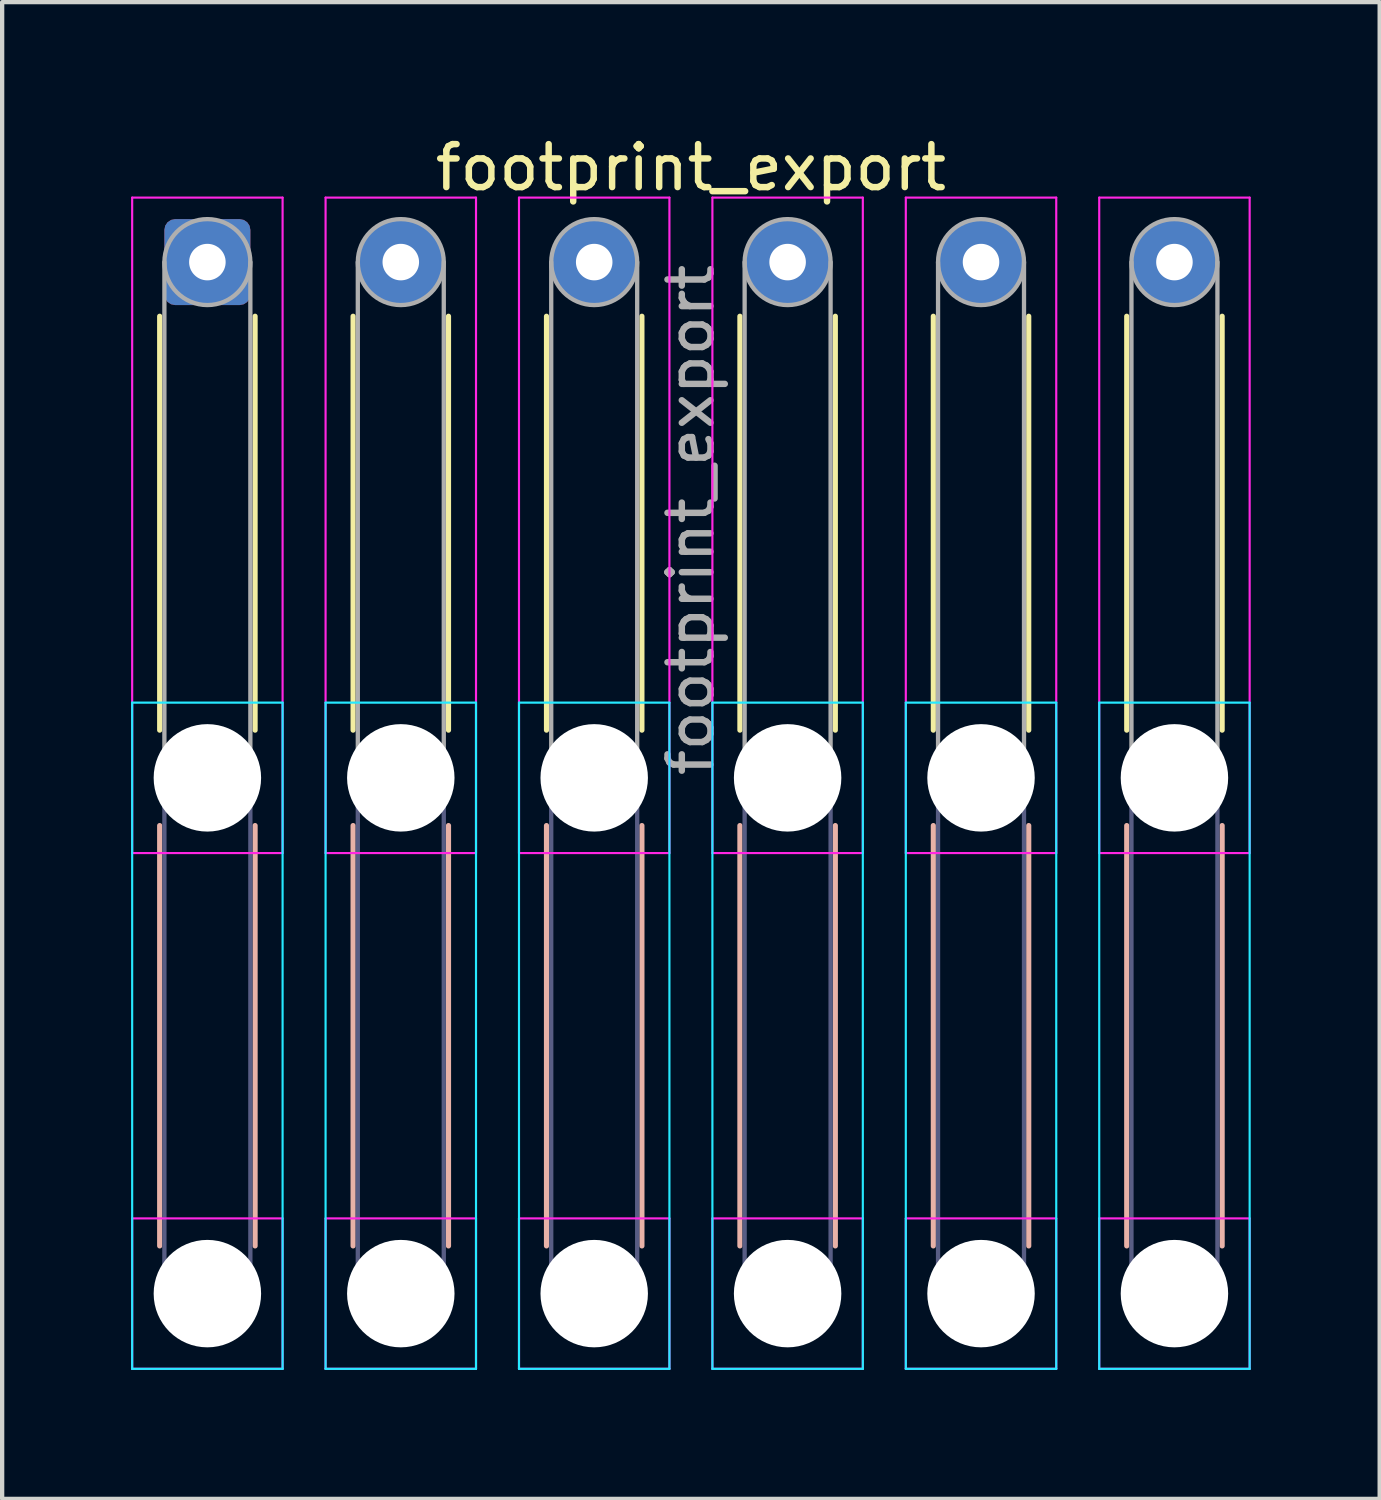
<source format=kicad_pcb>
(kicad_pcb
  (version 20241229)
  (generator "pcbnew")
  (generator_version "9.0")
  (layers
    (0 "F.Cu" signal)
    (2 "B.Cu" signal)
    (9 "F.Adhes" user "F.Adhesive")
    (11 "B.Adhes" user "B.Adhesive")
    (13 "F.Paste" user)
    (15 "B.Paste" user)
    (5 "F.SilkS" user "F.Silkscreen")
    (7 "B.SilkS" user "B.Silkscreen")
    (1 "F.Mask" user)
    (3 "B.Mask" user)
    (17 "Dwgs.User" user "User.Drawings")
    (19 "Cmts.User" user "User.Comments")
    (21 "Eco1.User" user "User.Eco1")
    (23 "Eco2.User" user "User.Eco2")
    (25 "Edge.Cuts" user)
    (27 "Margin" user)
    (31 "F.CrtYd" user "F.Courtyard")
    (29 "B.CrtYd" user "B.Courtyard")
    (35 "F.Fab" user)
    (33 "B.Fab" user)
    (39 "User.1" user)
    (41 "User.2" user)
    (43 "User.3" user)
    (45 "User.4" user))
  (footprint "footprint_export"
    (layer "F.Cu")
    (at 1.775 3.048)
    (property "Reference" "footprint_export" (at 11.25 -2.2 0) (layer "F.SilkS") (effects (font (size 1 1) (thickness 0.15))))
    (attr exclude_from_pos_files exclude_from_bom)
    (fp_line (start -1.11 1.26) (end -1.11 10.89) (stroke (width 0.12) (type solid)) (layer "F.SilkS"))
    (fp_line (start 1.11 1.26) (end 1.11 10.89) (stroke (width 0.12) (type solid)) (layer "F.SilkS"))
    (fp_line (start 3.39 1.26) (end 3.39 10.89) (stroke (width 0.12) (type solid)) (layer "F.SilkS"))
    (fp_line (start 5.61 1.26) (end 5.61 10.89) (stroke (width 0.12) (type solid)) (layer "F.SilkS"))
    (fp_line (start 7.89 1.26) (end 7.89 10.89) (stroke (width 0.12) (type solid)) (layer "F.SilkS"))
    (fp_line (start 10.11 1.26) (end 10.11 10.89) (stroke (width 0.12) (type solid)) (layer "F.SilkS"))
    (fp_line (start 12.39 1.26) (end 12.39 10.89) (stroke (width 0.12) (type solid)) (layer "F.SilkS"))
    (fp_line (start 14.61 1.26) (end 14.61 10.89) (stroke (width 0.12) (type solid)) (layer "F.SilkS"))
    (fp_line (start 16.89 1.26) (end 16.89 10.89) (stroke (width 0.12) (type solid)) (layer "F.SilkS"))
    (fp_line (start 19.11 1.26) (end 19.11 10.89) (stroke (width 0.12) (type solid)) (layer "F.SilkS"))
    (fp_line (start 21.39 1.26) (end 21.39 10.89) (stroke (width 0.12) (type solid)) (layer "F.SilkS"))
    (fp_line (start 23.61 1.26) (end 23.61 10.89) (stroke (width 0.12) (type solid)) (layer "F.SilkS"))
    (fp_line (start -1.11 13.11) (end -1.11 22.89) (stroke (width 0.12) (type solid)) (layer "B.SilkS"))
    (fp_line (start 1.11 13.11) (end 1.11 22.89) (stroke (width 0.12) (type solid)) (layer "B.SilkS"))
    (fp_line (start 3.39 13.11) (end 3.39 22.89) (stroke (width 0.12) (type solid)) (layer "B.SilkS"))
    (fp_line (start 5.61 13.11) (end 5.61 22.89) (stroke (width 0.12) (type solid)) (layer "B.SilkS"))
    (fp_line (start 7.89 13.11) (end 7.89 22.89) (stroke (width 0.12) (type solid)) (layer "B.SilkS"))
    (fp_line (start 10.11 13.11) (end 10.11 22.89) (stroke (width 0.12) (type solid)) (layer "B.SilkS"))
    (fp_line (start 12.39 13.11) (end 12.39 22.89) (stroke (width 0.12) (type solid)) (layer "B.SilkS"))
    (fp_line (start 14.61 13.11) (end 14.61 22.89) (stroke (width 0.12) (type solid)) (layer "B.SilkS"))
    (fp_line (start 16.89 13.11) (end 16.89 22.89) (stroke (width 0.12) (type solid)) (layer "B.SilkS"))
    (fp_line (start 19.11 13.11) (end 19.11 22.89) (stroke (width 0.12) (type solid)) (layer "B.SilkS"))
    (fp_line (start 21.39 13.11) (end 21.39 22.89) (stroke (width 0.12) (type solid)) (layer "B.SilkS"))
    (fp_line (start 23.61 13.11) (end 23.61 22.89) (stroke (width 0.12) (type solid)) (layer "B.SilkS"))
    (fp_line (start -1.75 10.25) (end -1.75 25.75) (stroke (width 0.05) (type solid)) (layer "B.CrtYd"))
    (fp_line (start -1.75 25.75) (end 1.75 25.75) (stroke (width 0.05) (type solid)) (layer "B.CrtYd"))
    (fp_line (start 1.75 10.25) (end -1.75 10.25) (stroke (width 0.05) (type solid)) (layer "B.CrtYd"))
    (fp_line (start 1.75 25.75) (end 1.75 10.25) (stroke (width 0.05) (type solid)) (layer "B.CrtYd"))
    (fp_line (start 2.75 10.25) (end 2.75 25.75) (stroke (width 0.05) (type solid)) (layer "B.CrtYd"))
    (fp_line (start 2.75 25.75) (end 6.25 25.75) (stroke (width 0.05) (type solid)) (layer "B.CrtYd"))
    (fp_line (start 6.25 10.25) (end 2.75 10.25) (stroke (width 0.05) (type solid)) (layer "B.CrtYd"))
    (fp_line (start 6.25 25.75) (end 6.25 10.25) (stroke (width 0.05) (type solid)) (layer "B.CrtYd"))
    (fp_line (start 7.25 10.25) (end 7.25 25.75) (stroke (width 0.05) (type solid)) (layer "B.CrtYd"))
    (fp_line (start 7.25 25.75) (end 10.75 25.75) (stroke (width 0.05) (type solid)) (layer "B.CrtYd"))
    (fp_line (start 10.75 10.25) (end 7.25 10.25) (stroke (width 0.05) (type solid)) (layer "B.CrtYd"))
    (fp_line (start 10.75 25.75) (end 10.75 10.25) (stroke (width 0.05) (type solid)) (layer "B.CrtYd"))
    (fp_line (start 11.75 10.25) (end 11.75 25.75) (stroke (width 0.05) (type solid)) (layer "B.CrtYd"))
    (fp_line (start 11.75 25.75) (end 15.25 25.75) (stroke (width 0.05) (type solid)) (layer "B.CrtYd"))
    (fp_line (start 15.25 10.25) (end 11.75 10.25) (stroke (width 0.05) (type solid)) (layer "B.CrtYd"))
    (fp_line (start 15.25 25.75) (end 15.25 10.25) (stroke (width 0.05) (type solid)) (layer "B.CrtYd"))
    (fp_line (start 16.25 10.25) (end 16.25 25.75) (stroke (width 0.05) (type solid)) (layer "B.CrtYd"))
    (fp_line (start 16.25 25.75) (end 19.75 25.75) (stroke (width 0.05) (type solid)) (layer "B.CrtYd"))
    (fp_line (start 19.75 10.25) (end 16.25 10.25) (stroke (width 0.05) (type solid)) (layer "B.CrtYd"))
    (fp_line (start 19.75 25.75) (end 19.75 10.25) (stroke (width 0.05) (type solid)) (layer "B.CrtYd"))
    (fp_line (start 20.75 10.25) (end 20.75 25.75) (stroke (width 0.05) (type solid)) (layer "B.CrtYd"))
    (fp_line (start 20.75 25.75) (end 24.25 25.75) (stroke (width 0.05) (type solid)) (layer "B.CrtYd"))
    (fp_line (start 24.25 10.25) (end 20.75 10.25) (stroke (width 0.05) (type solid)) (layer "B.CrtYd"))
    (fp_line (start 24.25 25.75) (end 24.25 10.25) (stroke (width 0.05) (type solid)) (layer "B.CrtYd"))
    (fp_line (start -1.75 -1.5) (end -1.75 13.75) (stroke (width 0.05) (type solid)) (layer "F.CrtYd"))
    (fp_line (start -1.75 13.75) (end 1.75 13.75) (stroke (width 0.05) (type solid)) (layer "F.CrtYd"))
    (fp_line (start -1.75 22.25) (end -1.75 25.75) (stroke (width 0.05) (type solid)) (layer "F.CrtYd"))
    (fp_line (start -1.75 25.75) (end 1.75 25.75) (stroke (width 0.05) (type solid)) (layer "F.CrtYd"))
    (fp_line (start 1.75 -1.5) (end -1.75 -1.5) (stroke (width 0.05) (type solid)) (layer "F.CrtYd"))
    (fp_line (start 1.75 13.75) (end 1.75 -1.5) (stroke (width 0.05) (type solid)) (layer "F.CrtYd"))
    (fp_line (start 1.75 22.25) (end -1.75 22.25) (stroke (width 0.05) (type solid)) (layer "F.CrtYd"))
    (fp_line (start 1.75 25.75) (end 1.75 22.25) (stroke (width 0.05) (type solid)) (layer "F.CrtYd"))
    (fp_line (start 2.75 -1.5) (end 2.75 13.75) (stroke (width 0.05) (type solid)) (layer "F.CrtYd"))
    (fp_line (start 2.75 13.75) (end 6.25 13.75) (stroke (width 0.05) (type solid)) (layer "F.CrtYd"))
    (fp_line (start 2.75 22.25) (end 2.75 25.75) (stroke (width 0.05) (type solid)) (layer "F.CrtYd"))
    (fp_line (start 2.75 25.75) (end 6.25 25.75) (stroke (width 0.05) (type solid)) (layer "F.CrtYd"))
    (fp_line (start 6.25 -1.5) (end 2.75 -1.5) (stroke (width 0.05) (type solid)) (layer "F.CrtYd"))
    (fp_line (start 6.25 13.75) (end 6.25 -1.5) (stroke (width 0.05) (type solid)) (layer "F.CrtYd"))
    (fp_line (start 6.25 22.25) (end 2.75 22.25) (stroke (width 0.05) (type solid)) (layer "F.CrtYd"))
    (fp_line (start 6.25 25.75) (end 6.25 22.25) (stroke (width 0.05) (type solid)) (layer "F.CrtYd"))
    (fp_line (start 7.25 -1.5) (end 7.25 13.75) (stroke (width 0.05) (type solid)) (layer "F.CrtYd"))
    (fp_line (start 7.25 13.75) (end 10.75 13.75) (stroke (width 0.05) (type solid)) (layer "F.CrtYd"))
    (fp_line (start 7.25 22.25) (end 7.25 25.75) (stroke (width 0.05) (type solid)) (layer "F.CrtYd"))
    (fp_line (start 7.25 25.75) (end 10.75 25.75) (stroke (width 0.05) (type solid)) (layer "F.CrtYd"))
    (fp_line (start 10.75 -1.5) (end 7.25 -1.5) (stroke (width 0.05) (type solid)) (layer "F.CrtYd"))
    (fp_line (start 10.75 13.75) (end 10.75 -1.5) (stroke (width 0.05) (type solid)) (layer "F.CrtYd"))
    (fp_line (start 10.75 22.25) (end 7.25 22.25) (stroke (width 0.05) (type solid)) (layer "F.CrtYd"))
    (fp_line (start 10.75 25.75) (end 10.75 22.25) (stroke (width 0.05) (type solid)) (layer "F.CrtYd"))
    (fp_line (start 11.75 -1.5) (end 11.75 13.75) (stroke (width 0.05) (type solid)) (layer "F.CrtYd"))
    (fp_line (start 11.75 13.75) (end 15.25 13.75) (stroke (width 0.05) (type solid)) (layer "F.CrtYd"))
    (fp_line (start 11.75 22.25) (end 11.75 25.75) (stroke (width 0.05) (type solid)) (layer "F.CrtYd"))
    (fp_line (start 11.75 25.75) (end 15.25 25.75) (stroke (width 0.05) (type solid)) (layer "F.CrtYd"))
    (fp_line (start 15.25 -1.5) (end 11.75 -1.5) (stroke (width 0.05) (type solid)) (layer "F.CrtYd"))
    (fp_line (start 15.25 13.75) (end 15.25 -1.5) (stroke (width 0.05) (type solid)) (layer "F.CrtYd"))
    (fp_line (start 15.25 22.25) (end 11.75 22.25) (stroke (width 0.05) (type solid)) (layer "F.CrtYd"))
    (fp_line (start 15.25 25.75) (end 15.25 22.25) (stroke (width 0.05) (type solid)) (layer "F.CrtYd"))
    (fp_line (start 16.25 -1.5) (end 16.25 13.75) (stroke (width 0.05) (type solid)) (layer "F.CrtYd"))
    (fp_line (start 16.25 13.75) (end 19.75 13.75) (stroke (width 0.05) (type solid)) (layer "F.CrtYd"))
    (fp_line (start 16.25 22.25) (end 16.25 25.75) (stroke (width 0.05) (type solid)) (layer "F.CrtYd"))
    (fp_line (start 16.25 25.75) (end 19.75 25.75) (stroke (width 0.05) (type solid)) (layer "F.CrtYd"))
    (fp_line (start 19.75 -1.5) (end 16.25 -1.5) (stroke (width 0.05) (type solid)) (layer "F.CrtYd"))
    (fp_line (start 19.75 13.75) (end 19.75 -1.5) (stroke (width 0.05) (type solid)) (layer "F.CrtYd"))
    (fp_line (start 19.75 22.25) (end 16.25 22.25) (stroke (width 0.05) (type solid)) (layer "F.CrtYd"))
    (fp_line (start 19.75 25.75) (end 19.75 22.25) (stroke (width 0.05) (type solid)) (layer "F.CrtYd"))
    (fp_line (start 20.75 -1.5) (end 20.75 13.75) (stroke (width 0.05) (type solid)) (layer "F.CrtYd"))
    (fp_line (start 20.75 13.75) (end 24.25 13.75) (stroke (width 0.05) (type solid)) (layer "F.CrtYd"))
    (fp_line (start 20.75 22.25) (end 20.75 25.75) (stroke (width 0.05) (type solid)) (layer "F.CrtYd"))
    (fp_line (start 20.75 25.75) (end 24.25 25.75) (stroke (width 0.05) (type solid)) (layer "F.CrtYd"))
    (fp_line (start 24.25 -1.5) (end 20.75 -1.5) (stroke (width 0.05) (type solid)) (layer "F.CrtYd"))
    (fp_line (start 24.25 13.75) (end 24.25 -1.5) (stroke (width 0.05) (type solid)) (layer "F.CrtYd"))
    (fp_line (start 24.25 22.25) (end 20.75 22.25) (stroke (width 0.05) (type solid)) (layer "F.CrtYd"))
    (fp_line (start 24.25 25.75) (end 24.25 22.25) (stroke (width 0.05) (type solid)) (layer "F.CrtYd"))
    (fp_line (start -1 12) (end -1 24) (stroke (width 0.1) (type solid)) (layer "B.Fab"))
    (fp_line (start 1 12) (end 1 24) (stroke (width 0.1) (type solid)) (layer "B.Fab"))
    (fp_line (start 3.5 12) (end 3.5 24) (stroke (width 0.1) (type solid)) (layer "B.Fab"))
    (fp_line (start 5.5 12) (end 5.5 24) (stroke (width 0.1) (type solid)) (layer "B.Fab"))
    (fp_line (start 8 12) (end 8 24) (stroke (width 0.1) (type solid)) (layer "B.Fab"))
    (fp_line (start 10 12) (end 10 24) (stroke (width 0.1) (type solid)) (layer "B.Fab"))
    (fp_line (start 12.5 12) (end 12.5 24) (stroke (width 0.1) (type solid)) (layer "B.Fab"))
    (fp_line (start 14.5 12) (end 14.5 24) (stroke (width 0.1) (type solid)) (layer "B.Fab"))
    (fp_line (start 17 12) (end 17 24) (stroke (width 0.1) (type solid)) (layer "B.Fab"))
    (fp_line (start 19 12) (end 19 24) (stroke (width 0.1) (type solid)) (layer "B.Fab"))
    (fp_line (start 21.5 12) (end 21.5 24) (stroke (width 0.1) (type solid)) (layer "B.Fab"))
    (fp_line (start 23.5 12) (end 23.5 24) (stroke (width 0.1) (type solid)) (layer "B.Fab"))
    (fp_circle (center 0 12) (end 1 12) (stroke (width 0.1) (type solid)) (fill no) (layer "B.Fab"))
    (fp_circle (center 0 24) (end 1 24) (stroke (width 0.1) (type solid)) (fill no) (layer "B.Fab"))
    (fp_circle (center 4.5 12) (end 5.5 12) (stroke (width 0.1) (type solid)) (fill no) (layer "B.Fab"))
    (fp_circle (center 4.5 24) (end 5.5 24) (stroke (width 0.1) (type solid)) (fill no) (layer "B.Fab"))
    (fp_circle (center 9 12) (end 10 12) (stroke (width 0.1) (type solid)) (fill no) (layer "B.Fab"))
    (fp_circle (center 9 24) (end 10 24) (stroke (width 0.1) (type solid)) (fill no) (layer "B.Fab"))
    (fp_circle (center 13.5 12) (end 14.5 12) (stroke (width 0.1) (type solid)) (fill no) (layer "B.Fab"))
    (fp_circle (center 13.5 24) (end 14.5 24) (stroke (width 0.1) (type solid)) (fill no) (layer "B.Fab"))
    (fp_circle (center 18 12) (end 19 12) (stroke (width 0.1) (type solid)) (fill no) (layer "B.Fab"))
    (fp_circle (center 18 24) (end 19 24) (stroke (width 0.1) (type solid)) (fill no) (layer "B.Fab"))
    (fp_circle (center 22.5 12) (end 23.5 12) (stroke (width 0.1) (type solid)) (fill no) (layer "B.Fab"))
    (fp_circle (center 22.5 24) (end 23.5 24) (stroke (width 0.1) (type solid)) (fill no) (layer "B.Fab"))
    (fp_line (start -1 0) (end -1 12) (stroke (width 0.1) (type solid)) (layer "F.Fab"))
    (fp_line (start 1 0) (end 1 12) (stroke (width 0.1) (type solid)) (layer "F.Fab"))
    (fp_line (start 3.5 0) (end 3.5 12) (stroke (width 0.1) (type solid)) (layer "F.Fab"))
    (fp_line (start 5.5 0) (end 5.5 12) (stroke (width 0.1) (type solid)) (layer "F.Fab"))
    (fp_line (start 8 0) (end 8 12) (stroke (width 0.1) (type solid)) (layer "F.Fab"))
    (fp_line (start 10 0) (end 10 12) (stroke (width 0.1) (type solid)) (layer "F.Fab"))
    (fp_line (start 12.5 0) (end 12.5 12) (stroke (width 0.1) (type solid)) (layer "F.Fab"))
    (fp_line (start 14.5 0) (end 14.5 12) (stroke (width 0.1) (type solid)) (layer "F.Fab"))
    (fp_line (start 17 0) (end 17 12) (stroke (width 0.1) (type solid)) (layer "F.Fab"))
    (fp_line (start 19 0) (end 19 12) (stroke (width 0.1) (type solid)) (layer "F.Fab"))
    (fp_line (start 21.5 0) (end 21.5 12) (stroke (width 0.1) (type solid)) (layer "F.Fab"))
    (fp_line (start 23.5 0) (end 23.5 12) (stroke (width 0.1) (type solid)) (layer "F.Fab"))
    (fp_circle (center 0 0) (end 1 0) (stroke (width 0.1) (type solid)) (fill no) (layer "F.Fab"))
    (fp_circle (center 0 12) (end 1 12) (stroke (width 0.1) (type solid)) (fill no) (layer "F.Fab"))
    (fp_circle (center 0 24) (end 1 24) (stroke (width 0.1) (type solid)) (fill no) (layer "F.Fab"))
    (fp_circle (center 4.5 0) (end 5.5 0) (stroke (width 0.1) (type solid)) (fill no) (layer "F.Fab"))
    (fp_circle (center 4.5 12) (end 5.5 12) (stroke (width 0.1) (type solid)) (fill no) (layer "F.Fab"))
    (fp_circle (center 4.5 24) (end 5.5 24) (stroke (width 0.1) (type solid)) (fill no) (layer "F.Fab"))
    (fp_circle (center 9 0) (end 10 0) (stroke (width 0.1) (type solid)) (fill no) (layer "F.Fab"))
    (fp_circle (center 9 12) (end 10 12) (stroke (width 0.1) (type solid)) (fill no) (layer "F.Fab"))
    (fp_circle (center 9 24) (end 10 24) (stroke (width 0.1) (type solid)) (fill no) (layer "F.Fab"))
    (fp_circle (center 13.5 0) (end 14.5 0) (stroke (width 0.1) (type solid)) (fill no) (layer "F.Fab"))
    (fp_circle (center 13.5 12) (end 14.5 12) (stroke (width 0.1) (type solid)) (fill no) (layer "F.Fab"))
    (fp_circle (center 13.5 24) (end 14.5 24) (stroke (width 0.1) (type solid)) (fill no) (layer "F.Fab"))
    (fp_circle (center 18 0) (end 19 0) (stroke (width 0.1) (type solid)) (fill no) (layer "F.Fab"))
    (fp_circle (center 18 12) (end 19 12) (stroke (width 0.1) (type solid)) (fill no) (layer "F.Fab"))
    (fp_circle (center 18 24) (end 19 24) (stroke (width 0.1) (type solid)) (fill no) (layer "F.Fab"))
    (fp_circle (center 22.5 0) (end 23.5 0) (stroke (width 0.1) (type solid)) (fill no) (layer "F.Fab"))
    (fp_circle (center 22.5 12) (end 23.5 12) (stroke (width 0.1) (type solid)) (fill no) (layer "F.Fab"))
    (fp_circle (center 22.5 24) (end 23.5 24) (stroke (width 0.1) (type solid)) (fill no) (layer "F.Fab"))
    (fp_text user "${REFERENCE}" (at 11.25 6 90) (layer "F.Fab") (effects (font (size 1 1) (thickness 0.15))))
    (pad "" np_thru_hole circle (at 0 12) (size 2.5 2.5) (drill 2.5) (layers "*.Cu" "*.Mask"))
    (pad "" np_thru_hole circle (at 0 24) (size 2.5 2.5) (drill 2.5) (layers "*.Cu" "*.Mask"))
    (pad "" np_thru_hole circle (at 4.5 12) (size 2.5 2.5) (drill 2.5) (layers "*.Cu" "*.Mask"))
    (pad "" np_thru_hole circle (at 4.5 24) (size 2.5 2.5) (drill 2.5) (layers "*.Cu" "*.Mask"))
    (pad "" np_thru_hole circle (at 9 12) (size 2.5 2.5) (drill 2.5) (layers "*.Cu" "*.Mask"))
    (pad "" np_thru_hole circle (at 9 24) (size 2.5 2.5) (drill 2.5) (layers "*.Cu" "*.Mask"))
    (pad "" np_thru_hole circle (at 13.5 12) (size 2.5 2.5) (drill 2.5) (layers "*.Cu" "*.Mask"))
    (pad "" np_thru_hole circle (at 13.5 24) (size 2.5 2.5) (drill 2.5) (layers "*.Cu" "*.Mask"))
    (pad "" np_thru_hole circle (at 18 12) (size 2.5 2.5) (drill 2.5) (layers "*.Cu" "*.Mask"))
    (pad "" np_thru_hole circle (at 18 24) (size 2.5 2.5) (drill 2.5) (layers "*.Cu" "*.Mask"))
    (pad "" np_thru_hole circle (at 22.5 12) (size 2.5 2.5) (drill 2.5) (layers "*.Cu" "*.Mask"))
    (pad "" np_thru_hole circle (at 22.5 24) (size 2.5 2.5) (drill 2.5) (layers "*.Cu" "*.Mask"))
    (pad "1" thru_hole roundrect (at 0 0) (size 2 2) (drill 0.85) (layers "*.Cu" "*.Mask") (roundrect_rratio 0.125))
    (pad "2" thru_hole circle (at 4.5 0) (size 2 2) (drill 0.85) (layers "*.Cu" "*.Mask"))
    (pad "3" thru_hole circle (at 9 0) (size 2 2) (drill 0.85) (layers "*.Cu" "*.Mask"))
    (pad "4" thru_hole circle (at 13.5 0) (size 2 2) (drill 0.85) (layers "*.Cu" "*.Mask"))
    (pad "5" thru_hole circle (at 18 0) (size 2 2) (drill 0.85) (layers "*.Cu" "*.Mask"))
    (pad "6" thru_hole circle (at 22.5 0) (size 2 2) (drill 0.85) (layers "*.Cu" "*.Mask")))
  (gr_rect
    (start -3 -3)
    (end 29.05 31.823)
    (stroke (width 0.1) (type default))
    (fill no)
    (layer "Edge.Cuts")))
</source>
